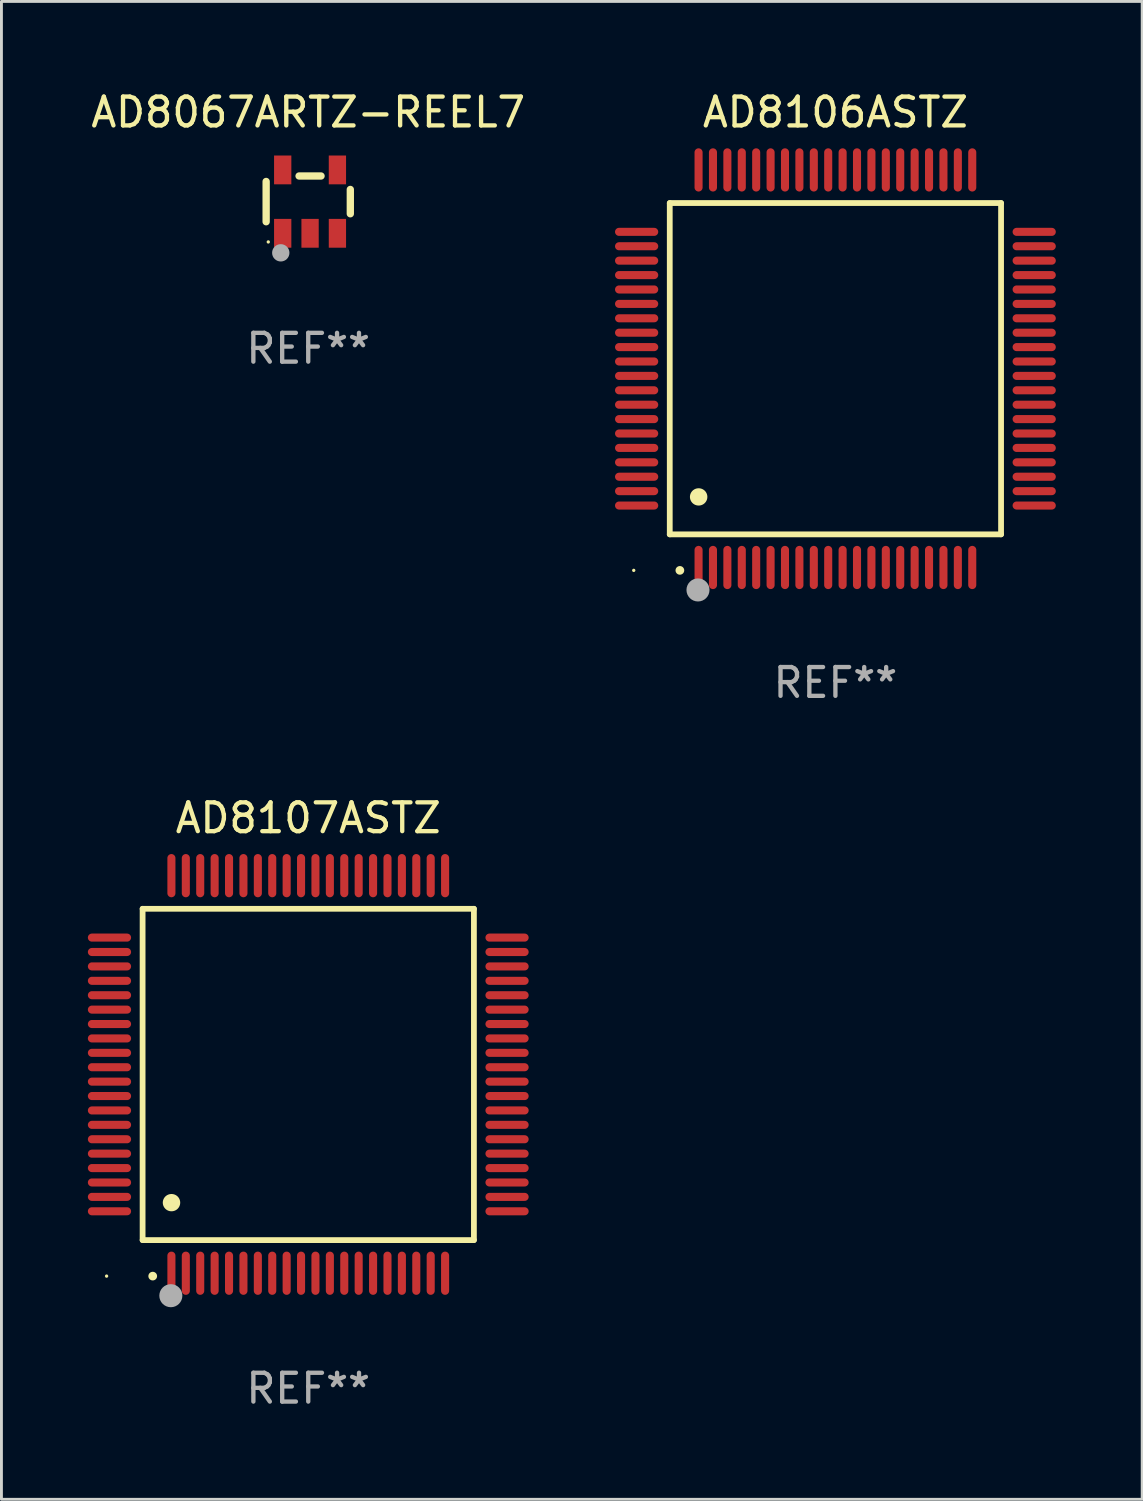
<source format=kicad_pcb>
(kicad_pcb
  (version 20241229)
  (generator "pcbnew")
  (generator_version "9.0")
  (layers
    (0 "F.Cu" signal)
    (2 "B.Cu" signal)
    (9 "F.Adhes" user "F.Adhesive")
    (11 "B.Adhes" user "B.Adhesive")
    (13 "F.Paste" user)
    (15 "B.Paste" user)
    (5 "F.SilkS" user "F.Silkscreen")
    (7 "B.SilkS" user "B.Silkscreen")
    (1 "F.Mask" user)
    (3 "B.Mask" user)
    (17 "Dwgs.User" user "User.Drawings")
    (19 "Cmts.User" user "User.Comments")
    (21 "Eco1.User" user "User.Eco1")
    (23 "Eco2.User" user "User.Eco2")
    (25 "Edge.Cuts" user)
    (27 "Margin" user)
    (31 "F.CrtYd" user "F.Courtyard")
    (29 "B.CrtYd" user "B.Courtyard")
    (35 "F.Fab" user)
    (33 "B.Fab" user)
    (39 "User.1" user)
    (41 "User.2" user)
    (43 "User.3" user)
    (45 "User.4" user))
  (footprint "AD8107ASTZ"
    (layer "F.Cu")
    (at 7.65 34.245)
    (property "Reference" "AD8107ASTZ" (at 0 -8.9 0) (layer "F.SilkS") (effects (font (size 1 1) (thickness 0.15))))
    (attr through_hole)
    (fp_line (start -5.75 -5.75) (end 5.75 -5.75) (stroke (width 0.2) (type solid)) (layer "F.SilkS"))
    (fp_line (start -5.75 5.75) (end -5.75 -5.75) (stroke (width 0.2) (type solid)) (layer "F.SilkS"))
    (fp_line (start 5.75 -5.75) (end 5.75 5.75) (stroke (width 0.2) (type solid)) (layer "F.SilkS"))
    (fp_line (start 5.75 5.75) (end -5.75 5.75) (stroke (width 0.2) (type solid)) (layer "F.SilkS"))
    (fp_arc (start -5.400051 7.000254) (mid -5.398781 7.000249) (end -5.397511 7.000254) (stroke (width 0.3) (type solid)) (layer "F.SilkS"))
    (fp_arc (start -4.749809 4.450089) (mid -4.747269 4.450078) (end -4.744729 4.450089) (stroke (width 0.6) (type solid)) (layer "F.SilkS"))
    (fp_circle (center -7 7) (end -6.97 7) (stroke (width 0.06) (type solid)) (fill no) (layer "F.SilkS"))
    (fp_circle (center -4.77 7.68) (end -4.57 7.68) (stroke (width 0.4) (type solid)) (fill no) (layer "F.Fab"))
    (fp_text user "REF**" (at 0 10.9 0) (layer "F.Fab") (effects (font (size 1 1) (thickness 0.15))))
    (pad "1" smd oval (at -4.75 6.9) (size 0.28 1.5) (layers "F.Cu" "F.Mask" "F.Paste"))
    (pad "2" smd oval (at -4.25 6.9) (size 0.28 1.5) (layers "F.Cu" "F.Mask" "F.Paste"))
    (pad "3" smd oval (at -3.75 6.9) (size 0.28 1.5) (layers "F.Cu" "F.Mask" "F.Paste"))
    (pad "4" smd oval (at -3.25 6.9) (size 0.28 1.5) (layers "F.Cu" "F.Mask" "F.Paste"))
    (pad "5" smd oval (at -2.75 6.9) (size 0.28 1.5) (layers "F.Cu" "F.Mask" "F.Paste"))
    (pad "6" smd oval (at -2.25 6.9) (size 0.28 1.5) (layers "F.Cu" "F.Mask" "F.Paste"))
    (pad "7" smd oval (at -1.75 6.9) (size 0.28 1.5) (layers "F.Cu" "F.Mask" "F.Paste"))
    (pad "8" smd oval (at -1.25 6.9) (size 0.28 1.5) (layers "F.Cu" "F.Mask" "F.Paste"))
    (pad "9" smd oval (at -0.75 6.9) (size 0.28 1.5) (layers "F.Cu" "F.Mask" "F.Paste"))
    (pad "10" smd oval (at -0.25 6.9) (size 0.28 1.5) (layers "F.Cu" "F.Mask" "F.Paste"))
    (pad "11" smd oval (at 0.25 6.9) (size 0.28 1.5) (layers "F.Cu" "F.Mask" "F.Paste"))
    (pad "12" smd oval (at 0.75 6.9) (size 0.28 1.5) (layers "F.Cu" "F.Mask" "F.Paste"))
    (pad "13" smd oval (at 1.25 6.9) (size 0.28 1.5) (layers "F.Cu" "F.Mask" "F.Paste"))
    (pad "14" smd oval (at 1.75 6.9) (size 0.28 1.5) (layers "F.Cu" "F.Mask" "F.Paste"))
    (pad "15" smd oval (at 2.25 6.9) (size 0.28 1.5) (layers "F.Cu" "F.Mask" "F.Paste"))
    (pad "16" smd oval (at 2.75 6.9) (size 0.28 1.5) (layers "F.Cu" "F.Mask" "F.Paste"))
    (pad "17" smd oval (at 3.25 6.9) (size 0.28 1.5) (layers "F.Cu" "F.Mask" "F.Paste"))
    (pad "18" smd oval (at 3.75 6.9) (size 0.28 1.5) (layers "F.Cu" "F.Mask" "F.Paste"))
    (pad "19" smd oval (at 4.25 6.9) (size 0.28 1.5) (layers "F.Cu" "F.Mask" "F.Paste"))
    (pad "20" smd oval (at 4.75 6.9) (size 0.28 1.5) (layers "F.Cu" "F.Mask" "F.Paste"))
    (pad "21" smd oval (at 6.9 4.75) (size 1.5 0.28) (layers "F.Cu" "F.Mask" "F.Paste"))
    (pad "22" smd oval (at 6.9 4.25) (size 1.5 0.28) (layers "F.Cu" "F.Mask" "F.Paste"))
    (pad "23" smd oval (at 6.9 3.75) (size 1.5 0.28) (layers "F.Cu" "F.Mask" "F.Paste"))
    (pad "24" smd oval (at 6.9 3.25) (size 1.5 0.28) (layers "F.Cu" "F.Mask" "F.Paste"))
    (pad "25" smd oval (at 6.9 2.75) (size 1.5 0.28) (layers "F.Cu" "F.Mask" "F.Paste"))
    (pad "26" smd oval (at 6.9 2.25) (size 1.5 0.28) (layers "F.Cu" "F.Mask" "F.Paste"))
    (pad "27" smd oval (at 6.9 1.75) (size 1.5 0.28) (layers "F.Cu" "F.Mask" "F.Paste"))
    (pad "28" smd oval (at 6.9 1.25) (size 1.5 0.28) (layers "F.Cu" "F.Mask" "F.Paste"))
    (pad "29" smd oval (at 6.9 0.75) (size 1.5 0.28) (layers "F.Cu" "F.Mask" "F.Paste"))
    (pad "30" smd oval (at 6.9 0.25) (size 1.5 0.28) (layers "F.Cu" "F.Mask" "F.Paste"))
    (pad "31" smd oval (at 6.9 -0.25) (size 1.5 0.28) (layers "F.Cu" "F.Mask" "F.Paste"))
    (pad "32" smd oval (at 6.9 -0.75) (size 1.5 0.28) (layers "F.Cu" "F.Mask" "F.Paste"))
    (pad "33" smd oval (at 6.9 -1.25) (size 1.5 0.28) (layers "F.Cu" "F.Mask" "F.Paste"))
    (pad "34" smd oval (at 6.9 -1.75) (size 1.5 0.28) (layers "F.Cu" "F.Mask" "F.Paste"))
    (pad "35" smd oval (at 6.9 -2.25) (size 1.5 0.28) (layers "F.Cu" "F.Mask" "F.Paste"))
    (pad "36" smd oval (at 6.9 -2.75) (size 1.5 0.28) (layers "F.Cu" "F.Mask" "F.Paste"))
    (pad "37" smd oval (at 6.9 -3.25) (size 1.5 0.28) (layers "F.Cu" "F.Mask" "F.Paste"))
    (pad "38" smd oval (at 6.9 -3.75) (size 1.5 0.28) (layers "F.Cu" "F.Mask" "F.Paste"))
    (pad "39" smd oval (at 6.9 -4.25) (size 1.5 0.28) (layers "F.Cu" "F.Mask" "F.Paste"))
    (pad "40" smd oval (at 6.9 -4.75) (size 1.5 0.28) (layers "F.Cu" "F.Mask" "F.Paste"))
    (pad "41" smd oval (at 4.75 -6.9) (size 0.28 1.5) (layers "F.Cu" "F.Mask" "F.Paste"))
    (pad "42" smd oval (at 4.25 -6.9) (size 0.28 1.5) (layers "F.Cu" "F.Mask" "F.Paste"))
    (pad "43" smd oval (at 3.75 -6.9) (size 0.28 1.5) (layers "F.Cu" "F.Mask" "F.Paste"))
    (pad "44" smd oval (at 3.25 -6.9) (size 0.28 1.5) (layers "F.Cu" "F.Mask" "F.Paste"))
    (pad "45" smd oval (at 2.75 -6.9) (size 0.28 1.5) (layers "F.Cu" "F.Mask" "F.Paste"))
    (pad "46" smd oval (at 2.25 -6.9) (size 0.28 1.5) (layers "F.Cu" "F.Mask" "F.Paste"))
    (pad "47" smd oval (at 1.75 -6.9) (size 0.28 1.5) (layers "F.Cu" "F.Mask" "F.Paste"))
    (pad "48" smd oval (at 1.25 -6.9) (size 0.28 1.5) (layers "F.Cu" "F.Mask" "F.Paste"))
    (pad "49" smd oval (at 0.75 -6.9) (size 0.28 1.5) (layers "F.Cu" "F.Mask" "F.Paste"))
    (pad "50" smd oval (at 0.25 -6.9) (size 0.28 1.5) (layers "F.Cu" "F.Mask" "F.Paste"))
    (pad "51" smd oval (at -0.25 -6.9) (size 0.28 1.5) (layers "F.Cu" "F.Mask" "F.Paste"))
    (pad "52" smd oval (at -0.75 -6.9) (size 0.28 1.5) (layers "F.Cu" "F.Mask" "F.Paste"))
    (pad "53" smd oval (at -1.25 -6.9) (size 0.28 1.5) (layers "F.Cu" "F.Mask" "F.Paste"))
    (pad "54" smd oval (at -1.75 -6.9) (size 0.28 1.5) (layers "F.Cu" "F.Mask" "F.Paste"))
    (pad "55" smd oval (at -2.25 -6.9) (size 0.28 1.5) (layers "F.Cu" "F.Mask" "F.Paste"))
    (pad "56" smd oval (at -2.75 -6.9) (size 0.28 1.5) (layers "F.Cu" "F.Mask" "F.Paste"))
    (pad "57" smd oval (at -3.25 -6.9) (size 0.28 1.5) (layers "F.Cu" "F.Mask" "F.Paste"))
    (pad "58" smd oval (at -3.75 -6.9) (size 0.28 1.5) (layers "F.Cu" "F.Mask" "F.Paste"))
    (pad "59" smd oval (at -4.25 -6.9) (size 0.28 1.5) (layers "F.Cu" "F.Mask" "F.Paste"))
    (pad "60" smd oval (at -4.75 -6.9) (size 0.28 1.5) (layers "F.Cu" "F.Mask" "F.Paste"))
    (pad "61" smd oval (at -6.9 -4.75) (size 1.5 0.28) (layers "F.Cu" "F.Mask" "F.Paste"))
    (pad "62" smd oval (at -6.9 -4.25) (size 1.5 0.28) (layers "F.Cu" "F.Mask" "F.Paste"))
    (pad "63" smd oval (at -6.9 -3.75) (size 1.5 0.28) (layers "F.Cu" "F.Mask" "F.Paste"))
    (pad "64" smd oval (at -6.9 -3.25) (size 1.5 0.28) (layers "F.Cu" "F.Mask" "F.Paste"))
    (pad "65" smd oval (at -6.9 -2.75) (size 1.5 0.28) (layers "F.Cu" "F.Mask" "F.Paste"))
    (pad "66" smd oval (at -6.9 -2.25) (size 1.5 0.28) (layers "F.Cu" "F.Mask" "F.Paste"))
    (pad "67" smd oval (at -6.9 -1.75) (size 1.5 0.28) (layers "F.Cu" "F.Mask" "F.Paste"))
    (pad "68" smd oval (at -6.9 -1.25) (size 1.5 0.28) (layers "F.Cu" "F.Mask" "F.Paste"))
    (pad "69" smd oval (at -6.9 -0.75) (size 1.5 0.28) (layers "F.Cu" "F.Mask" "F.Paste"))
    (pad "70" smd oval (at -6.9 -0.25) (size 1.5 0.28) (layers "F.Cu" "F.Mask" "F.Paste"))
    (pad "71" smd oval (at -6.9 0.25) (size 1.5 0.28) (layers "F.Cu" "F.Mask" "F.Paste"))
    (pad "72" smd oval (at -6.9 0.75) (size 1.5 0.28) (layers "F.Cu" "F.Mask" "F.Paste"))
    (pad "73" smd oval (at -6.9 1.25) (size 1.5 0.28) (layers "F.Cu" "F.Mask" "F.Paste"))
    (pad "74" smd oval (at -6.9 1.75) (size 1.5 0.28) (layers "F.Cu" "F.Mask" "F.Paste"))
    (pad "75" smd oval (at -6.9 2.25) (size 1.5 0.28) (layers "F.Cu" "F.Mask" "F.Paste"))
    (pad "76" smd oval (at -6.9 2.75) (size 1.5 0.28) (layers "F.Cu" "F.Mask" "F.Paste"))
    (pad "77" smd oval (at -6.9 3.25) (size 1.5 0.28) (layers "F.Cu" "F.Mask" "F.Paste"))
    (pad "78" smd oval (at -6.9 3.75) (size 1.5 0.28) (layers "F.Cu" "F.Mask" "F.Paste"))
    (pad "79" smd oval (at -6.9 4.25) (size 1.5 0.28) (layers "F.Cu" "F.Mask" "F.Paste"))
    (pad "80" smd oval (at -6.9 4.75) (size 1.5 0.28) (layers "F.Cu" "F.Mask" "F.Paste")))
  (footprint "AD8106ASTZ"
    (layer "F.Cu")
    (at 25.948 9.748)
    (property "Reference" "AD8106ASTZ" (at 0 -8.9 0) (layer "F.SilkS") (effects (font (size 1 1) (thickness 0.15))))
    (attr through_hole)
    (fp_line (start -5.75 -5.75) (end 5.75 -5.75) (stroke (width 0.2) (type solid)) (layer "F.SilkS"))
    (fp_line (start -5.75 5.75) (end -5.75 -5.75) (stroke (width 0.2) (type solid)) (layer "F.SilkS"))
    (fp_line (start 5.75 -5.75) (end 5.75 5.75) (stroke (width 0.2) (type solid)) (layer "F.SilkS"))
    (fp_line (start 5.75 5.75) (end -5.75 5.75) (stroke (width 0.2) (type solid)) (layer "F.SilkS"))
    (fp_arc (start -5.400051 7.000254) (mid -5.398781 7.000249) (end -5.397511 7.000254) (stroke (width 0.3) (type solid)) (layer "F.SilkS"))
    (fp_arc (start -4.749809 4.450089) (mid -4.747269 4.450078) (end -4.744729 4.450089) (stroke (width 0.6) (type solid)) (layer "F.SilkS"))
    (fp_circle (center -7 7) (end -6.97 7) (stroke (width 0.06) (type solid)) (fill no) (layer "F.SilkS"))
    (fp_circle (center -4.77 7.68) (end -4.57 7.68) (stroke (width 0.4) (type solid)) (fill no) (layer "F.Fab"))
    (fp_text user "REF**" (at 0 10.9 0) (layer "F.Fab") (effects (font (size 1 1) (thickness 0.15))))
    (pad "1" smd oval (at -4.75 6.9) (size 0.28 1.5) (layers "F.Cu" "F.Mask" "F.Paste"))
    (pad "2" smd oval (at -4.25 6.9) (size 0.28 1.5) (layers "F.Cu" "F.Mask" "F.Paste"))
    (pad "3" smd oval (at -3.75 6.9) (size 0.28 1.5) (layers "F.Cu" "F.Mask" "F.Paste"))
    (pad "4" smd oval (at -3.25 6.9) (size 0.28 1.5) (layers "F.Cu" "F.Mask" "F.Paste"))
    (pad "5" smd oval (at -2.75 6.9) (size 0.28 1.5) (layers "F.Cu" "F.Mask" "F.Paste"))
    (pad "6" smd oval (at -2.25 6.9) (size 0.28 1.5) (layers "F.Cu" "F.Mask" "F.Paste"))
    (pad "7" smd oval (at -1.75 6.9) (size 0.28 1.5) (layers "F.Cu" "F.Mask" "F.Paste"))
    (pad "8" smd oval (at -1.25 6.9) (size 0.28 1.5) (layers "F.Cu" "F.Mask" "F.Paste"))
    (pad "9" smd oval (at -0.75 6.9) (size 0.28 1.5) (layers "F.Cu" "F.Mask" "F.Paste"))
    (pad "10" smd oval (at -0.25 6.9) (size 0.28 1.5) (layers "F.Cu" "F.Mask" "F.Paste"))
    (pad "11" smd oval (at 0.25 6.9) (size 0.28 1.5) (layers "F.Cu" "F.Mask" "F.Paste"))
    (pad "12" smd oval (at 0.75 6.9) (size 0.28 1.5) (layers "F.Cu" "F.Mask" "F.Paste"))
    (pad "13" smd oval (at 1.25 6.9) (size 0.28 1.5) (layers "F.Cu" "F.Mask" "F.Paste"))
    (pad "14" smd oval (at 1.75 6.9) (size 0.28 1.5) (layers "F.Cu" "F.Mask" "F.Paste"))
    (pad "15" smd oval (at 2.25 6.9) (size 0.28 1.5) (layers "F.Cu" "F.Mask" "F.Paste"))
    (pad "16" smd oval (at 2.75 6.9) (size 0.28 1.5) (layers "F.Cu" "F.Mask" "F.Paste"))
    (pad "17" smd oval (at 3.25 6.9) (size 0.28 1.5) (layers "F.Cu" "F.Mask" "F.Paste"))
    (pad "18" smd oval (at 3.75 6.9) (size 0.28 1.5) (layers "F.Cu" "F.Mask" "F.Paste"))
    (pad "19" smd oval (at 4.25 6.9) (size 0.28 1.5) (layers "F.Cu" "F.Mask" "F.Paste"))
    (pad "20" smd oval (at 4.75 6.9) (size 0.28 1.5) (layers "F.Cu" "F.Mask" "F.Paste"))
    (pad "21" smd oval (at 6.9 4.75) (size 1.5 0.28) (layers "F.Cu" "F.Mask" "F.Paste"))
    (pad "22" smd oval (at 6.9 4.25) (size 1.5 0.28) (layers "F.Cu" "F.Mask" "F.Paste"))
    (pad "23" smd oval (at 6.9 3.75) (size 1.5 0.28) (layers "F.Cu" "F.Mask" "F.Paste"))
    (pad "24" smd oval (at 6.9 3.25) (size 1.5 0.28) (layers "F.Cu" "F.Mask" "F.Paste"))
    (pad "25" smd oval (at 6.9 2.75) (size 1.5 0.28) (layers "F.Cu" "F.Mask" "F.Paste"))
    (pad "26" smd oval (at 6.9 2.25) (size 1.5 0.28) (layers "F.Cu" "F.Mask" "F.Paste"))
    (pad "27" smd oval (at 6.9 1.75) (size 1.5 0.28) (layers "F.Cu" "F.Mask" "F.Paste"))
    (pad "28" smd oval (at 6.9 1.25) (size 1.5 0.28) (layers "F.Cu" "F.Mask" "F.Paste"))
    (pad "29" smd oval (at 6.9 0.75) (size 1.5 0.28) (layers "F.Cu" "F.Mask" "F.Paste"))
    (pad "30" smd oval (at 6.9 0.25) (size 1.5 0.28) (layers "F.Cu" "F.Mask" "F.Paste"))
    (pad "31" smd oval (at 6.9 -0.25) (size 1.5 0.28) (layers "F.Cu" "F.Mask" "F.Paste"))
    (pad "32" smd oval (at 6.9 -0.75) (size 1.5 0.28) (layers "F.Cu" "F.Mask" "F.Paste"))
    (pad "33" smd oval (at 6.9 -1.25) (size 1.5 0.28) (layers "F.Cu" "F.Mask" "F.Paste"))
    (pad "34" smd oval (at 6.9 -1.75) (size 1.5 0.28) (layers "F.Cu" "F.Mask" "F.Paste"))
    (pad "35" smd oval (at 6.9 -2.25) (size 1.5 0.28) (layers "F.Cu" "F.Mask" "F.Paste"))
    (pad "36" smd oval (at 6.9 -2.75) (size 1.5 0.28) (layers "F.Cu" "F.Mask" "F.Paste"))
    (pad "37" smd oval (at 6.9 -3.25) (size 1.5 0.28) (layers "F.Cu" "F.Mask" "F.Paste"))
    (pad "38" smd oval (at 6.9 -3.75) (size 1.5 0.28) (layers "F.Cu" "F.Mask" "F.Paste"))
    (pad "39" smd oval (at 6.9 -4.25) (size 1.5 0.28) (layers "F.Cu" "F.Mask" "F.Paste"))
    (pad "40" smd oval (at 6.9 -4.75) (size 1.5 0.28) (layers "F.Cu" "F.Mask" "F.Paste"))
    (pad "41" smd oval (at 4.75 -6.9) (size 0.28 1.5) (layers "F.Cu" "F.Mask" "F.Paste"))
    (pad "42" smd oval (at 4.25 -6.9) (size 0.28 1.5) (layers "F.Cu" "F.Mask" "F.Paste"))
    (pad "43" smd oval (at 3.75 -6.9) (size 0.28 1.5) (layers "F.Cu" "F.Mask" "F.Paste"))
    (pad "44" smd oval (at 3.25 -6.9) (size 0.28 1.5) (layers "F.Cu" "F.Mask" "F.Paste"))
    (pad "45" smd oval (at 2.75 -6.9) (size 0.28 1.5) (layers "F.Cu" "F.Mask" "F.Paste"))
    (pad "46" smd oval (at 2.25 -6.9) (size 0.28 1.5) (layers "F.Cu" "F.Mask" "F.Paste"))
    (pad "47" smd oval (at 1.75 -6.9) (size 0.28 1.5) (layers "F.Cu" "F.Mask" "F.Paste"))
    (pad "48" smd oval (at 1.25 -6.9) (size 0.28 1.5) (layers "F.Cu" "F.Mask" "F.Paste"))
    (pad "49" smd oval (at 0.75 -6.9) (size 0.28 1.5) (layers "F.Cu" "F.Mask" "F.Paste"))
    (pad "50" smd oval (at 0.25 -6.9) (size 0.28 1.5) (layers "F.Cu" "F.Mask" "F.Paste"))
    (pad "51" smd oval (at -0.25 -6.9) (size 0.28 1.5) (layers "F.Cu" "F.Mask" "F.Paste"))
    (pad "52" smd oval (at -0.75 -6.9) (size 0.28 1.5) (layers "F.Cu" "F.Mask" "F.Paste"))
    (pad "53" smd oval (at -1.25 -6.9) (size 0.28 1.5) (layers "F.Cu" "F.Mask" "F.Paste"))
    (pad "54" smd oval (at -1.75 -6.9) (size 0.28 1.5) (layers "F.Cu" "F.Mask" "F.Paste"))
    (pad "55" smd oval (at -2.25 -6.9) (size 0.28 1.5) (layers "F.Cu" "F.Mask" "F.Paste"))
    (pad "56" smd oval (at -2.75 -6.9) (size 0.28 1.5) (layers "F.Cu" "F.Mask" "F.Paste"))
    (pad "57" smd oval (at -3.25 -6.9) (size 0.28 1.5) (layers "F.Cu" "F.Mask" "F.Paste"))
    (pad "58" smd oval (at -3.75 -6.9) (size 0.28 1.5) (layers "F.Cu" "F.Mask" "F.Paste"))
    (pad "59" smd oval (at -4.25 -6.9) (size 0.28 1.5) (layers "F.Cu" "F.Mask" "F.Paste"))
    (pad "60" smd oval (at -4.75 -6.9) (size 0.28 1.5) (layers "F.Cu" "F.Mask" "F.Paste"))
    (pad "61" smd oval (at -6.9 -4.75) (size 1.5 0.28) (layers "F.Cu" "F.Mask" "F.Paste"))
    (pad "62" smd oval (at -6.9 -4.25) (size 1.5 0.28) (layers "F.Cu" "F.Mask" "F.Paste"))
    (pad "63" smd oval (at -6.9 -3.75) (size 1.5 0.28) (layers "F.Cu" "F.Mask" "F.Paste"))
    (pad "64" smd oval (at -6.9 -3.25) (size 1.5 0.28) (layers "F.Cu" "F.Mask" "F.Paste"))
    (pad "65" smd oval (at -6.9 -2.75) (size 1.5 0.28) (layers "F.Cu" "F.Mask" "F.Paste"))
    (pad "66" smd oval (at -6.9 -2.25) (size 1.5 0.28) (layers "F.Cu" "F.Mask" "F.Paste"))
    (pad "67" smd oval (at -6.9 -1.75) (size 1.5 0.28) (layers "F.Cu" "F.Mask" "F.Paste"))
    (pad "68" smd oval (at -6.9 -1.25) (size 1.5 0.28) (layers "F.Cu" "F.Mask" "F.Paste"))
    (pad "69" smd oval (at -6.9 -0.75) (size 1.5 0.28) (layers "F.Cu" "F.Mask" "F.Paste"))
    (pad "70" smd oval (at -6.9 -0.25) (size 1.5 0.28) (layers "F.Cu" "F.Mask" "F.Paste"))
    (pad "71" smd oval (at -6.9 0.25) (size 1.5 0.28) (layers "F.Cu" "F.Mask" "F.Paste"))
    (pad "72" smd oval (at -6.9 0.75) (size 1.5 0.28) (layers "F.Cu" "F.Mask" "F.Paste"))
    (pad "73" smd oval (at -6.9 1.25) (size 1.5 0.28) (layers "F.Cu" "F.Mask" "F.Paste"))
    (pad "74" smd oval (at -6.9 1.75) (size 1.5 0.28) (layers "F.Cu" "F.Mask" "F.Paste"))
    (pad "75" smd oval (at -6.9 2.25) (size 1.5 0.28) (layers "F.Cu" "F.Mask" "F.Paste"))
    (pad "76" smd oval (at -6.9 2.75) (size 1.5 0.28) (layers "F.Cu" "F.Mask" "F.Paste"))
    (pad "77" smd oval (at -6.9 3.25) (size 1.5 0.28) (layers "F.Cu" "F.Mask" "F.Paste"))
    (pad "78" smd oval (at -6.9 3.75) (size 1.5 0.28) (layers "F.Cu" "F.Mask" "F.Paste"))
    (pad "79" smd oval (at -6.9 4.25) (size 1.5 0.28) (layers "F.Cu" "F.Mask" "F.Paste"))
    (pad "80" smd oval (at -6.9 4.75) (size 1.5 0.28) (layers "F.Cu" "F.Mask" "F.Paste")))
  (footprint "AD8067ARTZ-REEL7"
    (layer "F.Cu")
    (at 7.649 3.948)
    (property "Reference" "AD8067ARTZ-REEL7" (at 0 -3.1 0) (layer "F.SilkS") (effects (font (size 1 1) (thickness 0.15))))
    (attr through_hole)
    (fp_line (start -1.461 -0.699) (end -1.461 0.699) (stroke (width 0.254) (type solid)) (layer "F.SilkS"))
    (fp_line (start -0.318 -0.889) (end 0.445 -0.889) (stroke (width 0.254) (type solid)) (layer "F.SilkS"))
    (fp_line (start 1.461 -0.422) (end 1.461 0.422) (stroke (width 0.254) (type solid)) (layer "F.SilkS"))
    (fp_circle (center -1.387 1.4) (end -1.357 1.4) (stroke (width 0.06) (type solid)) (fill no) (layer "F.SilkS"))
    (fp_circle (center -0.953 1.778) (end -0.802 1.778) (stroke (width 0.3) (type solid)) (fill no) (layer "F.Fab"))
    (fp_text user "REF**" (at 0 5.1 0) (layer "F.Fab") (effects (font (size 1 1) (thickness 0.15))))
    (pad "1" smd rect (at -0.886 1.1) (size 0.6 1) (layers "F.Cu" "F.Mask" "F.Paste"))
    (pad "2" smd rect (at 0.064 1.1) (size 0.6 1) (layers "F.Cu" "F.Mask" "F.Paste"))
    (pad "3" smd rect (at 1.013 1.1) (size 0.6 1) (layers "F.Cu" "F.Mask" "F.Paste"))
    (pad "4" smd rect (at 1.013 -1.1) (size 0.6 1) (layers "F.Cu" "F.Mask" "F.Paste"))
    (pad "5" smd rect (at -0.886 -1.1) (size 0.6 1) (layers "F.Cu" "F.Mask" "F.Paste")))
  (gr_rect
    (start -3 -3)
    (end 36.597 48.993)
    (stroke (width 0.1) (type default))
    (fill no)
    (layer "Edge.Cuts")))
</source>
